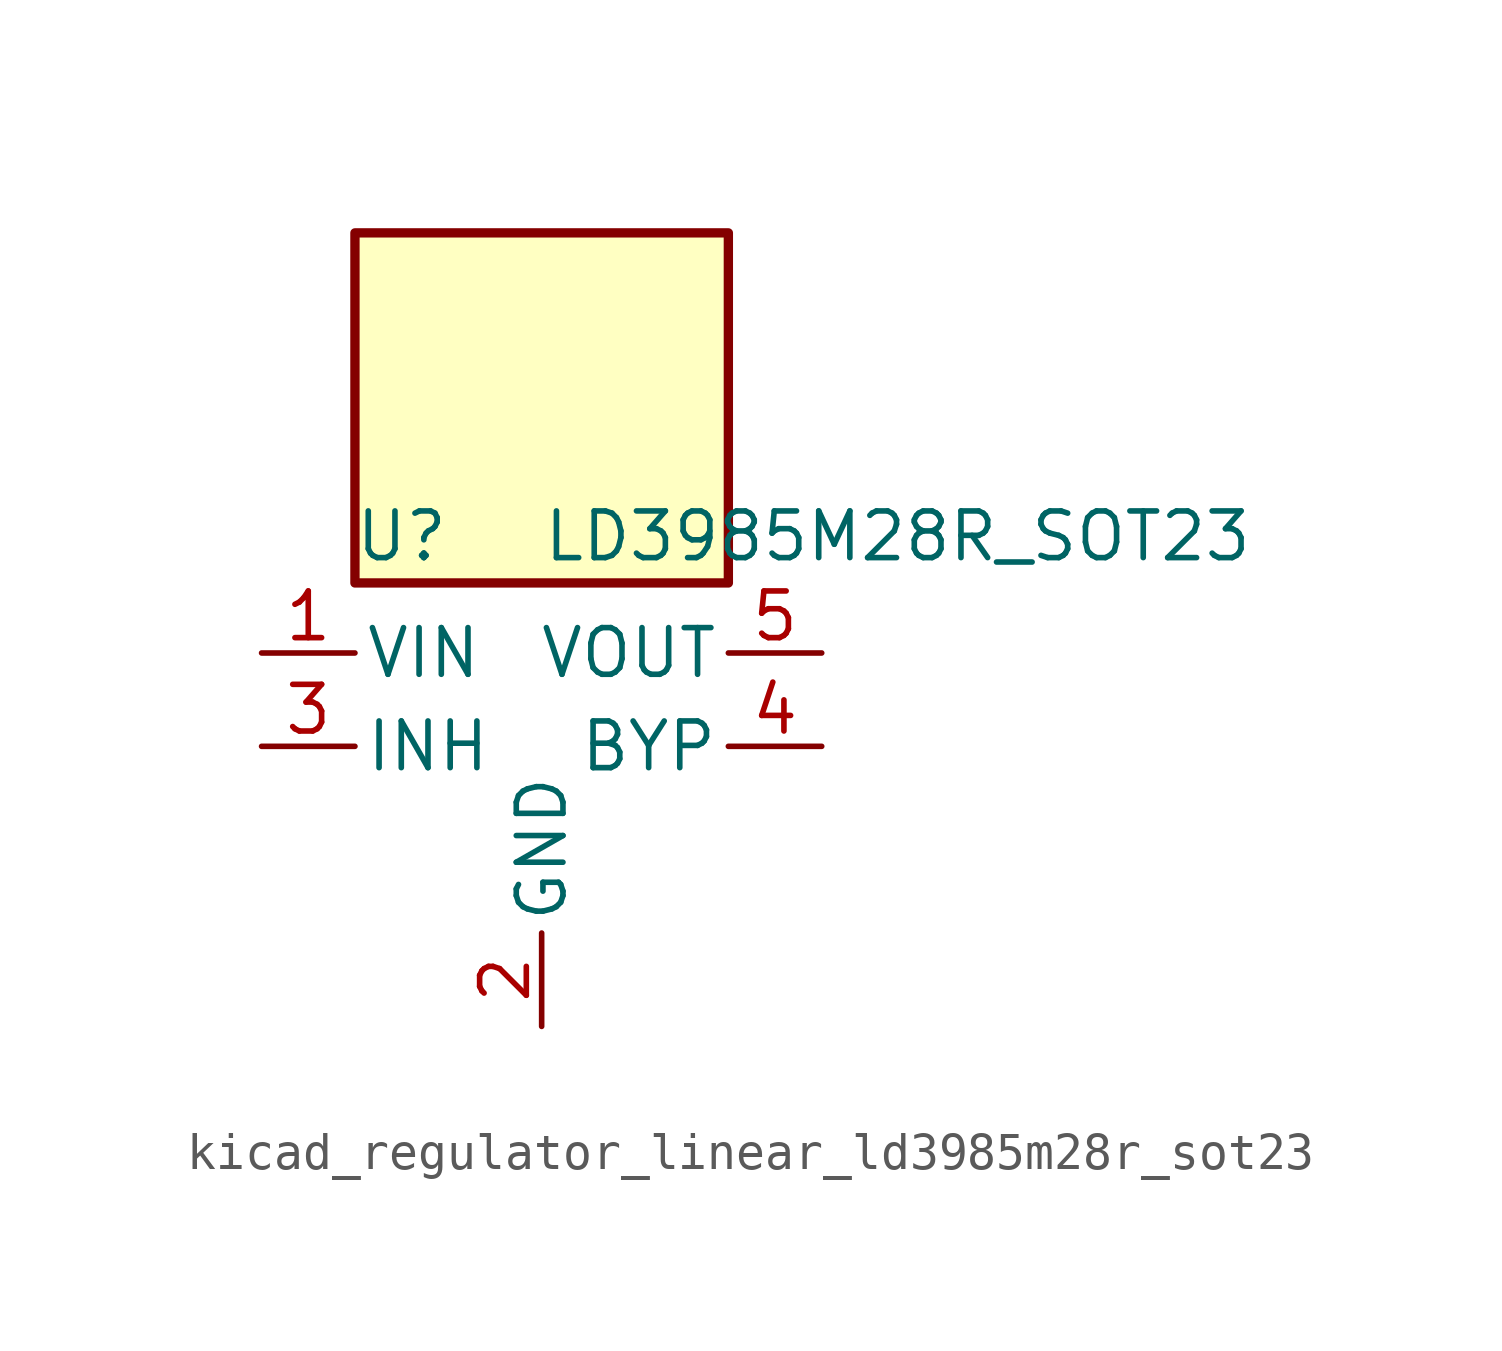
<source format=kicad_sym>
(kicad_symbol_lib
  (version 20220914)
  (generator kicad_symbol_editor)
  (symbol "kicad_regulator_linear_ld3985m28r_sot23"
    (pin_names
      (offset 0.254))
    (property "Reference" "U"
      (at -3.81 5.715 0)
      (effects (font (size 1.27 1.27))))
    (property "Value" "LD3985M28R_SOT23"
      (at 0 5.715 0)
      (effects (font (size 1.27 1.27)) (justify left)))
    (symbol "kicad_regulator_linear_ld3985m28r_sot23_0_1"
      (rectangle (start 5.08 13.97) (end -5.08 4.445) (stroke (width 0.254) (type default)) (fill (type background))))
    (symbol "kicad_regulator_linear_ld3985m28r_sot23_1_1"
      (pin power_in line (at -7.62 2.54 0) (length 2.54) (name "VIN" (effects (font (size 1.27 1.27)))) (number "1" (effects (font (size 1.27 1.27)))))
      (pin power_in line (at 0 -7.62 90) (length 2.54) (name "GND" (effects (font (size 1.27 1.27)))) (number "2" (effects (font (size 1.27 1.27)))))
      (pin input line (at -7.62 0 0) (length 2.54) (name "INH" (effects (font (size 1.27 1.27)))) (number "3" (effects (font (size 1.27 1.27)))))
      (pin input line (at 7.62 0 180) (length 2.54) (name "BYP" (effects (font (size 1.27 1.27)))) (number "4" (effects (font (size 1.27 1.27)))))
      (pin power_out line (at 7.62 2.54 180) (length 2.54) (name "VOUT" (effects (font (size 1.27 1.27)))) (number "5" (effects (font (size 1.27 1.27))))))))
</source>
